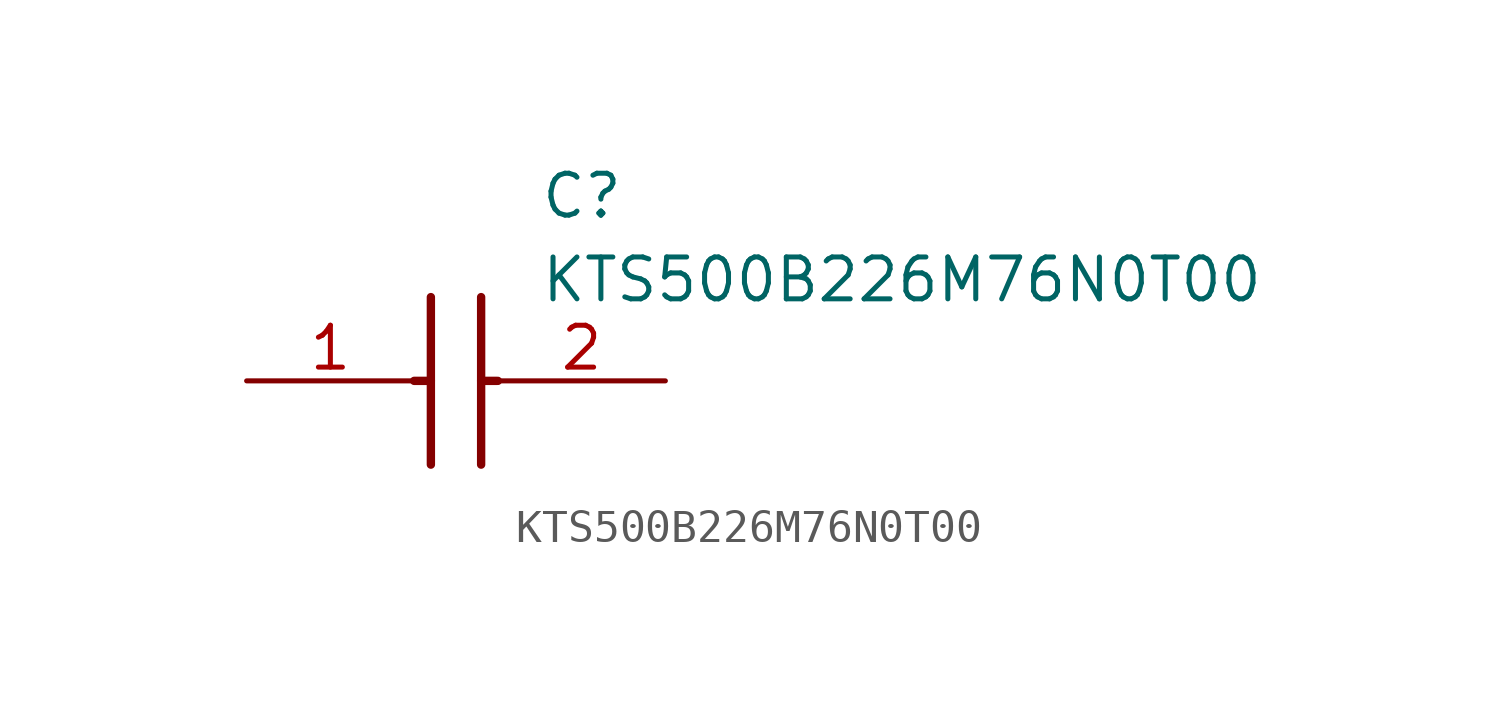
<source format=kicad_sym>
(kicad_symbol_lib
  (version 20211014)
  (generator SamacSys_ECAD_Model)
  (symbol "KTS500B226M76N0T00"
    (pin_names hide)
    (property "Reference" "C"
      (at 8.89 6.35 0)
      (effects (font (size 1.27 1.27)) (justify left top)))
    (property "Value" "KTS500B226M76N0T00"
      (at 8.89 3.81 0)
      (effects (font (size 1.27 1.27)) (justify left top)))
    (polyline
      (pts (xy 5.588 2.54) (xy 5.588 -2.54))
      (stroke (width 0.254) (type default))
      (fill (type none)))
    (polyline
      (pts (xy 7.112 2.54) (xy 7.112 -2.54))
      (stroke (width 0.254) (type default))
      (fill (type none)))
    (polyline
      (pts (xy 5.08 0) (xy 5.588 0))
      (stroke (width 0.254) (type default))
      (fill (type none)))
    (polyline
      (pts (xy 7.112 0) (xy 7.62 0))
      (stroke (width 0.254) (type default))
      (fill (type none)))
    (pin passive line
      (at 0 0 0)
      (length 5.08)
      (name "1" (effects (font (size 1.27 1.27))))
      (number "1" (effects (font (size 1.27 1.27)))))
    (pin passive line
      (at 12.7 0 180)
      (length 5.08)
      (name "2" (effects (font (size 1.27 1.27))))
      (number "2" (effects (font (size 1.27 1.27)))))))
</source>
